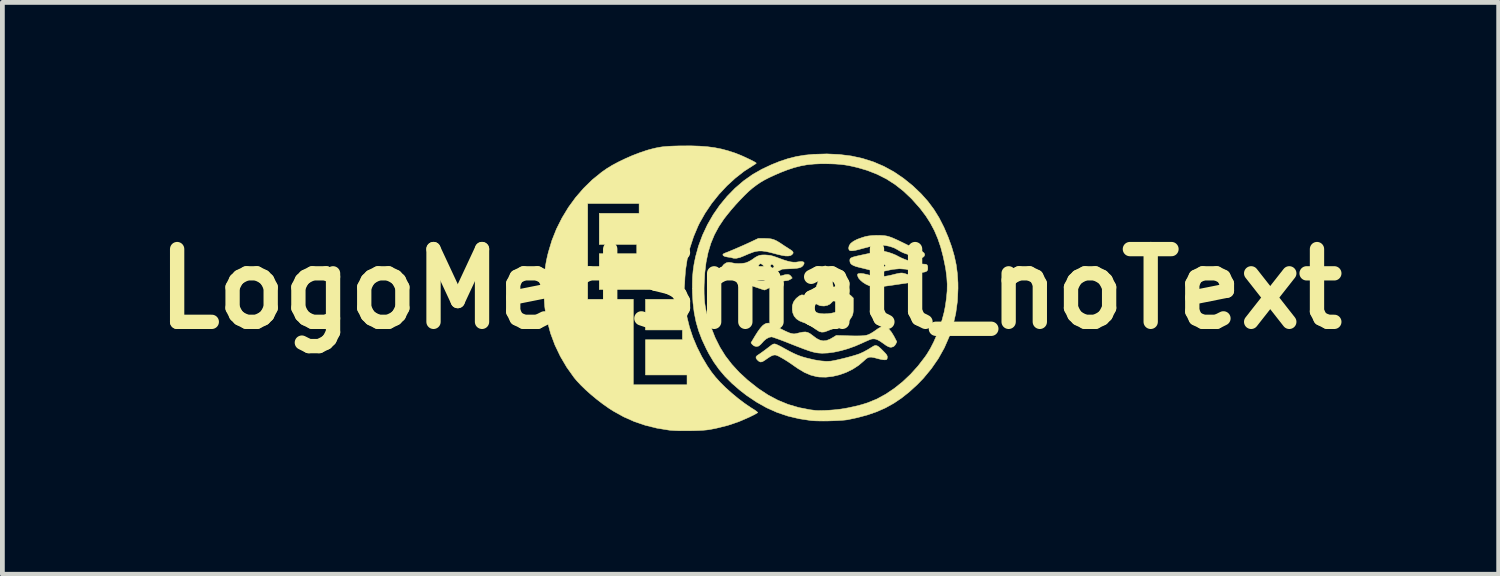
<source format=kicad_pcb>
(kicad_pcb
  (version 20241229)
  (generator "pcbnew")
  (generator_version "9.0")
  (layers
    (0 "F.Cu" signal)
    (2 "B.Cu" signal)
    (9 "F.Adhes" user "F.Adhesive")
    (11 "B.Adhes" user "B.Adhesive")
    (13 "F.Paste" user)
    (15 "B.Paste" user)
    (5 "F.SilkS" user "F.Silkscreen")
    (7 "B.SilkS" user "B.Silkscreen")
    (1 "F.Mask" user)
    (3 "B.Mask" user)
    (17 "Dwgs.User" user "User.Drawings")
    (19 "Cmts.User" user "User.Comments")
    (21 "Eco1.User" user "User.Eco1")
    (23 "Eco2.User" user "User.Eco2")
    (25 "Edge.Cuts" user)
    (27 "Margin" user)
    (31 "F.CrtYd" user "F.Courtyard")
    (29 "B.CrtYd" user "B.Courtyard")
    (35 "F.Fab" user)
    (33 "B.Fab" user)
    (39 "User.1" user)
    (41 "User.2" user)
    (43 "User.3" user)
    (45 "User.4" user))
  (footprint "LogoMedSmall_noText"
    (layer "F.Cu")
    (at 12.671 3.002)
    (property "Reference" "LogoMedSmall_noText" (at 0 0 0) (layer "F.SilkS") (effects (font (size 1.524 1.524) (thickness 0.3))))
    (attr through_hole)
    (fp_poly (pts (xy 1.608 -0.462) (xy 1.621 -0.449) (xy 1.639 -0.428) (xy 1.655 -0.399) (xy 1.669 -0.361) (xy 1.683 -0.31) (xy 1.698 -0.244) (xy 1.713 -0.158) (xy 1.724 -0.093) (xy 1.739 0.006) (xy 1.748 0.085) (xy 1.749 0.147) (xy 1.743 0.197) (xy 1.73 0.238) (xy 1.714 0.268) (xy 1.669 0.314) (xy 1.61 0.344) (xy 1.541 0.358) (xy 1.47 0.353) (xy 1.441 0.345) (xy 1.378 0.315) (xy 1.334 0.271) (xy 1.311 0.216) (xy 1.308 0.149) (xy 1.327 0.071) (xy 1.344 0.028) (xy 1.381 -0.059) (xy 1.408 -0.134) (xy 1.427 -0.205) (xy 1.44 -0.274) (xy 1.45 -0.333) (xy 1.46 -0.375) (xy 1.475 -0.406) (xy 1.495 -0.434) (xy 1.51 -0.451) (xy 1.543 -0.477) (xy 1.574 -0.481) (xy 1.608 -0.462)) (stroke (width 0.01) (type solid)) (fill yes) (layer "F.SilkS"))
    (fp_poly (pts (xy 0.807 -0.298) (xy 0.834 -0.28) (xy 0.847 -0.265) (xy 0.874 -0.228) (xy 0.845 -0.208) (xy 0.802 -0.184) (xy 0.754 -0.173) (xy 0.723 -0.171) (xy 0.692 -0.164) (xy 0.643 -0.146) (xy 0.576 -0.115) (xy 0.49 -0.073) (xy 0.428 -0.041) (xy 0.374 -0.014) (xy 0.331 0.007) (xy 0.302 0.02) (xy 0.293 0.023) (xy 0.279 0.019) (xy 0.246 0.009) (xy 0.199 -0.007) (xy 0.14 -0.027) (xy 0.092 -0.043) (xy -0.004 -0.078) (xy -0.077 -0.109) (xy -0.129 -0.137) (xy -0.159 -0.164) (xy -0.17 -0.19) (xy -0.163 -0.215) (xy -0.144 -0.237) (xy -0.128 -0.25) (xy -0.113 -0.253) (xy -0.09 -0.248) (xy -0.063 -0.238) (xy 0.015 -0.209) (xy 0.077 -0.189) (xy 0.128 -0.176) (xy 0.176 -0.169) (xy 0.226 -0.166) (xy 0.236 -0.166) (xy 0.288 -0.167) (xy 0.334 -0.171) (xy 0.381 -0.18) (xy 0.432 -0.195) (xy 0.495 -0.217) (xy 0.573 -0.247) (xy 0.576 -0.249) (xy 0.658 -0.279) (xy 0.721 -0.297) (xy 0.77 -0.303) (xy 0.807 -0.298)) (stroke (width 0.01) (type solid)) (fill yes) (layer "F.SilkS"))
    (fp_poly (pts (xy 3.197 -0.33) (xy 3.223 -0.323) (xy 3.229 -0.322) (xy 3.291 -0.302) (xy 3.353 -0.278) (xy 3.411 -0.251) (xy 3.461 -0.224) (xy 3.498 -0.198) (xy 3.517 -0.176) (xy 3.52 -0.168) (xy 3.511 -0.154) (xy 3.489 -0.142) (xy 3.465 -0.133) (xy 3.448 -0.132) (xy 3.444 -0.135) (xy 3.434 -0.138) (xy 3.405 -0.138) (xy 3.358 -0.133) (xy 3.289 -0.125) (xy 3.199 -0.112) (xy 3.108 -0.099) (xy 2.987 -0.081) (xy 2.888 -0.067) (xy 2.807 -0.056) (xy 2.741 -0.048) (xy 2.688 -0.044) (xy 2.645 -0.042) (xy 2.608 -0.043) (xy 2.577 -0.046) (xy 2.554 -0.049) (xy 2.485 -0.068) (xy 2.417 -0.099) (xy 2.354 -0.139) (xy 2.301 -0.184) (xy 2.262 -0.23) (xy 2.243 -0.275) (xy 2.24 -0.302) (xy 2.249 -0.315) (xy 2.267 -0.321) (xy 2.309 -0.325) (xy 2.369 -0.318) (xy 2.448 -0.3) (xy 2.507 -0.284) (xy 2.599 -0.263) (xy 2.689 -0.254) (xy 2.785 -0.259) (xy 2.892 -0.277) (xy 2.947 -0.289) (xy 3.022 -0.308) (xy 3.078 -0.321) (xy 3.119 -0.329) (xy 3.149 -0.333) (xy 3.174 -0.333) (xy 3.197 -0.33)) (stroke (width 0.01) (type solid)) (fill yes) (layer "F.SilkS"))
    (fp_poly (pts (xy 0.296 -1.058) (xy 0.37 -1.055) (xy 0.432 -1.048) (xy 0.487 -1.033) (xy 0.543 -1.008) (xy 0.606 -0.971) (xy 0.663 -0.933) (xy 0.715 -0.898) (xy 0.769 -0.864) (xy 0.815 -0.834) (xy 0.83 -0.825) (xy 0.872 -0.795) (xy 0.892 -0.769) (xy 0.89 -0.744) (xy 0.867 -0.718) (xy 0.863 -0.714) (xy 0.831 -0.697) (xy 0.788 -0.69) (xy 0.731 -0.691) (xy 0.658 -0.703) (xy 0.567 -0.724) (xy 0.51 -0.739) (xy 0.403 -0.767) (xy 0.314 -0.786) (xy 0.239 -0.795) (xy 0.174 -0.795) (xy 0.114 -0.787) (xy 0.065 -0.774) (xy 0.016 -0.756) (xy -0.044 -0.733) (xy -0.107 -0.706) (xy -0.134 -0.694) (xy -0.222 -0.659) (xy -0.295 -0.642) (xy -0.356 -0.643) (xy -0.393 -0.653) (xy -0.424 -0.661) (xy -0.452 -0.664) (xy -0.487 -0.669) (xy -0.528 -0.678) (xy -0.534 -0.679) (xy -0.569 -0.696) (xy -0.581 -0.715) (xy -0.569 -0.734) (xy -0.535 -0.751) (xy -0.5 -0.764) (xy -0.447 -0.785) (xy -0.381 -0.813) (xy -0.305 -0.845) (xy -0.225 -0.88) (xy -0.143 -0.916) (xy -0.065 -0.951) (xy 0.006 -0.984) (xy 0.012 -0.987) (xy 0.163 -1.058) (xy 0.296 -1.058)) (stroke (width 0.01) (type solid)) (fill yes) (layer "F.SilkS"))
    (fp_poly (pts (xy 2.724 -1.121) (xy 2.803 -1.116) (xy 2.853 -1.108) (xy 2.885 -1.1) (xy 2.922 -1.088) (xy 2.966 -1.072) (xy 3.019 -1.049) (xy 3.083 -1.02) (xy 3.162 -0.982) (xy 3.256 -0.936) (xy 3.369 -0.88) (xy 3.405 -0.862) (xy 3.456 -0.839) (xy 3.511 -0.816) (xy 3.544 -0.805) (xy 3.599 -0.781) (xy 3.634 -0.753) (xy 3.648 -0.723) (xy 3.641 -0.691) (xy 3.619 -0.668) (xy 3.602 -0.659) (xy 3.58 -0.655) (xy 3.549 -0.657) (xy 3.505 -0.666) (xy 3.444 -0.681) (xy 3.393 -0.695) (xy 3.312 -0.718) (xy 3.25 -0.738) (xy 3.2 -0.757) (xy 3.157 -0.777) (xy 3.115 -0.8) (xy 3.078 -0.823) (xy 3.007 -0.861) (xy 2.921 -0.89) (xy 2.897 -0.896) (xy 2.823 -0.91) (xy 2.751 -0.917) (xy 2.676 -0.916) (xy 2.594 -0.906) (xy 2.5 -0.887) (xy 2.389 -0.858) (xy 2.371 -0.854) (xy 2.277 -0.828) (xy 2.203 -0.81) (xy 2.147 -0.801) (xy 2.107 -0.799) (xy 2.08 -0.804) (xy 2.065 -0.818) (xy 2.057 -0.84) (xy 2.056 -0.86) (xy 2.067 -0.909) (xy 2.1 -0.955) (xy 2.156 -0.998) (xy 2.235 -1.039) (xy 2.338 -1.076) (xy 2.403 -1.096) (xy 2.468 -1.109) (xy 2.548 -1.118) (xy 2.636 -1.122) (xy 2.724 -1.121)) (stroke (width 0.01) (type solid)) (fill yes) (layer "F.SilkS"))
    (fp_poly (pts (xy 2.086 0.128) (xy 2.112 0.15) (xy 2.153 0.191) (xy 2.153 0.353) (xy 2.152 0.421) (xy 2.151 0.47) (xy 2.147 0.506) (xy 2.14 0.535) (xy 2.13 0.562) (xy 2.124 0.575) (xy 2.079 0.645) (xy 2.012 0.707) (xy 1.925 0.761) (xy 1.819 0.805) (xy 1.785 0.816) (xy 1.728 0.835) (xy 1.67 0.855) (xy 1.622 0.873) (xy 1.611 0.878) (xy 1.547 0.901) (xy 1.493 0.905) (xy 1.445 0.893) (xy 1.431 0.886) (xy 1.404 0.869) (xy 1.364 0.843) (xy 1.319 0.811) (xy 1.305 0.801) (xy 1.223 0.749) (xy 1.136 0.712) (xy 1.115 0.705) (xy 1.027 0.67) (xy 0.961 0.626) (xy 0.914 0.57) (xy 0.885 0.501) (xy 0.874 0.435) (xy 0.876 0.351) (xy 0.899 0.277) (xy 0.945 0.212) (xy 0.968 0.189) (xy 1.023 0.146) (xy 1.069 0.125) (xy 1.107 0.127) (xy 1.14 0.152) (xy 1.169 0.2) (xy 1.188 0.247) (xy 1.223 0.334) (xy 1.263 0.401) (xy 1.311 0.451) (xy 1.369 0.488) (xy 1.407 0.504) (xy 1.465 0.517) (xy 1.538 0.522) (xy 1.616 0.519) (xy 1.694 0.509) (xy 1.765 0.493) (xy 1.82 0.47) (xy 1.83 0.464) (xy 1.871 0.425) (xy 1.907 0.369) (xy 1.932 0.302) (xy 1.942 0.254) (xy 1.957 0.186) (xy 1.98 0.138) (xy 2.01 0.112) (xy 2.046 0.109) (xy 2.086 0.128)) (stroke (width 0.01) (type solid)) (fill yes) (layer "F.SilkS"))
    (fp_poly (pts (xy 2.794 -0.788) (xy 2.814 -0.785) (xy 2.89 -0.766) (xy 2.972 -0.738) (xy 3.049 -0.706) (xy 3.093 -0.682) (xy 3.159 -0.649) (xy 3.238 -0.616) (xy 3.326 -0.585) (xy 3.415 -0.558) (xy 3.5 -0.537) (xy 3.575 -0.524) (xy 3.623 -0.52) (xy 3.67 -0.517) (xy 3.697 -0.504) (xy 3.71 -0.477) (xy 3.713 -0.439) (xy 3.71 -0.402) (xy 3.698 -0.38) (xy 3.683 -0.368) (xy 3.654 -0.356) (xy 3.609 -0.348) (xy 3.559 -0.343) (xy 3.514 -0.343) (xy 3.489 -0.347) (xy 3.467 -0.354) (xy 3.429 -0.366) (xy 3.383 -0.381) (xy 3.375 -0.384) (xy 3.251 -0.414) (xy 3.119 -0.423) (xy 2.984 -0.411) (xy 2.906 -0.395) (xy 2.802 -0.373) (xy 2.71 -0.365) (xy 2.619 -0.37) (xy 2.522 -0.39) (xy 2.51 -0.394) (xy 2.444 -0.411) (xy 2.369 -0.43) (xy 2.301 -0.446) (xy 2.293 -0.448) (xy 2.212 -0.469) (xy 2.152 -0.492) (xy 2.13 -0.506) (xy 2.687 -0.506) (xy 2.691 -0.473) (xy 2.704 -0.454) (xy 2.735 -0.437) (xy 2.77 -0.443) (xy 2.8 -0.462) (xy 2.833 -0.488) (xy 2.793 -0.522) (xy 2.761 -0.546) (xy 2.74 -0.554) (xy 2.722 -0.548) (xy 2.707 -0.536) (xy 2.687 -0.506) (xy 2.13 -0.506) (xy 2.112 -0.517) (xy 2.089 -0.546) (xy 2.081 -0.581) (xy 2.08 -0.588) (xy 2.081 -0.606) (xy 2.083 -0.622) (xy 2.089 -0.635) (xy 2.101 -0.646) (xy 2.122 -0.657) (xy 2.154 -0.669) (xy 2.199 -0.681) (xy 2.259 -0.695) (xy 2.337 -0.712) (xy 2.434 -0.733) (xy 2.515 -0.75) (xy 2.596 -0.767) (xy 2.658 -0.778) (xy 2.704 -0.786) (xy 2.74 -0.79) (xy 2.768 -0.79) (xy 2.794 -0.788)) (stroke (width 0.01) (type solid)) (fill yes) (layer "F.SilkS"))
    (fp_poly (pts (xy 0.514 1.153) (xy 0.538 1.161) (xy 0.578 1.179) (xy 0.629 1.204) (xy 0.686 1.235) (xy 0.714 1.251) (xy 0.817 1.307) (xy 0.907 1.352) (xy 0.989 1.388) (xy 1.071 1.418) (xy 1.158 1.443) (xy 1.193 1.452) (xy 1.343 1.487) (xy 1.474 1.508) (xy 1.586 1.517) (xy 1.678 1.513) (xy 1.68 1.513) (xy 1.732 1.504) (xy 1.801 1.49) (xy 1.883 1.471) (xy 1.97 1.45) (xy 2.058 1.427) (xy 2.141 1.404) (xy 2.214 1.382) (xy 2.27 1.363) (xy 2.285 1.358) (xy 2.366 1.321) (xy 2.454 1.273) (xy 2.541 1.22) (xy 2.55 1.214) (xy 2.586 1.193) (xy 2.617 1.184) (xy 2.648 1.19) (xy 2.683 1.21) (xy 2.725 1.247) (xy 2.767 1.289) (xy 2.81 1.333) (xy 2.839 1.365) (xy 2.855 1.389) (xy 2.863 1.408) (xy 2.865 1.427) (xy 2.864 1.437) (xy 2.86 1.466) (xy 2.848 1.48) (xy 2.821 1.485) (xy 2.815 1.485) (xy 2.782 1.484) (xy 2.735 1.476) (xy 2.682 1.464) (xy 2.661 1.458) (xy 2.589 1.439) (xy 2.534 1.429) (xy 2.491 1.43) (xy 2.454 1.442) (xy 2.418 1.466) (xy 2.376 1.504) (xy 2.371 1.509) (xy 2.263 1.601) (xy 2.14 1.681) (xy 2.006 1.747) (xy 1.865 1.798) (xy 1.721 1.832) (xy 1.578 1.848) (xy 1.441 1.845) (xy 1.388 1.838) (xy 1.261 1.805) (xy 1.131 1.75) (xy 0.997 1.67) (xy 0.943 1.633) (xy 0.862 1.576) (xy 0.782 1.522) (xy 0.707 1.475) (xy 0.639 1.436) (xy 0.583 1.406) (xy 0.541 1.389) (xy 0.526 1.385) (xy 0.498 1.384) (xy 0.468 1.39) (xy 0.432 1.406) (xy 0.386 1.433) (xy 0.328 1.473) (xy 0.297 1.495) (xy 0.25 1.523) (xy 0.212 1.531) (xy 0.178 1.518) (xy 0.141 1.486) (xy 0.117 1.452) (xy 0.115 1.424) (xy 0.136 1.398) (xy 0.155 1.385) (xy 0.196 1.358) (xy 0.252 1.318) (xy 0.319 1.269) (xy 0.392 1.213) (xy 0.405 1.203) (xy 0.445 1.173) (xy 0.474 1.157) (xy 0.497 1.152) (xy 0.514 1.153)) (stroke (width 0.01) (type solid)) (fill yes) (layer "F.SilkS"))
    (fp_poly (pts (xy 0.319 -0.711) (xy 0.368 -0.707) (xy 0.411 -0.702) (xy 0.454 -0.692) (xy 0.505 -0.676) (xy 0.569 -0.653) (xy 0.594 -0.644) (xy 0.692 -0.608) (xy 0.772 -0.583) (xy 0.839 -0.567) (xy 0.897 -0.56) (xy 0.95 -0.56) (xy 0.998 -0.567) (xy 1.059 -0.574) (xy 1.1 -0.569) (xy 1.121 -0.554) (xy 1.121 -0.527) (xy 1.106 -0.499) (xy 1.085 -0.474) (xy 1.058 -0.455) (xy 1.022 -0.442) (xy 0.972 -0.433) (xy 0.905 -0.427) (xy 0.838 -0.423) (xy 0.666 -0.415) (xy 0.554 -0.36) (xy 0.501 -0.334) (xy 0.45 -0.312) (xy 0.409 -0.296) (xy 0.393 -0.291) (xy 0.339 -0.282) (xy 0.272 -0.28) (xy 0.204 -0.283) (xy 0.151 -0.292) (xy 0.115 -0.302) (xy 0.066 -0.316) (xy 0.016 -0.333) (xy 0.016 -0.333) (xy -0.074 -0.355) (xy -0.171 -0.363) (xy -0.265 -0.357) (xy -0.324 -0.344) (xy -0.372 -0.334) (xy -0.429 -0.327) (xy -0.461 -0.325) (xy -0.505 -0.326) (xy -0.532 -0.33) (xy -0.551 -0.342) (xy -0.565 -0.356) (xy -0.589 -0.402) (xy -0.593 -0.435) (xy -0.589 -0.469) (xy -0.582 -0.481) (xy 0.162 -0.481) (xy 0.163 -0.465) (xy 0.178 -0.445) (xy 0.188 -0.435) (xy 0.211 -0.413) (xy 0.227 -0.4) (xy 0.229 -0.399) (xy 0.242 -0.406) (xy 0.266 -0.423) (xy 0.271 -0.428) (xy 0.307 -0.456) (xy 0.271 -0.488) (xy 0.414 -0.488) (xy 0.417 -0.474) (xy 0.429 -0.46) (xy 0.451 -0.44) (xy 0.468 -0.439) (xy 0.484 -0.454) (xy 0.493 -0.471) (xy 0.484 -0.488) (xy 0.474 -0.499) (xy 0.454 -0.516) (xy 0.441 -0.517) (xy 0.427 -0.505) (xy 0.414 -0.488) (xy 0.271 -0.488) (xy 0.265 -0.494) (xy 0.232 -0.521) (xy 0.208 -0.53) (xy 0.189 -0.521) (xy 0.174 -0.501) (xy 0.162 -0.481) (xy -0.582 -0.481) (xy -0.574 -0.496) (xy -0.55 -0.519) (xy -0.504 -0.548) (xy -0.452 -0.557) (xy -0.388 -0.547) (xy -0.375 -0.544) (xy -0.32 -0.534) (xy -0.252 -0.531) (xy -0.181 -0.534) (xy -0.117 -0.543) (xy -0.096 -0.548) (xy -0.049 -0.567) (xy 0.002 -0.594) (xy 0.037 -0.616) (xy 0.097 -0.659) (xy 0.147 -0.687) (xy 0.194 -0.704) (xy 0.243 -0.711) (xy 0.303 -0.712) (xy 0.319 -0.711)) (stroke (width 0.01) (type solid)) (fill yes) (layer "F.SilkS"))
    (fp_poly (pts (xy 0.388 0.717) (xy 0.415 0.725) (xy 0.458 0.744) (xy 0.512 0.77) (xy 0.572 0.802) (xy 0.595 0.815) (xy 0.658 0.849) (xy 0.721 0.88) (xy 0.778 0.906) (xy 0.822 0.924) (xy 0.833 0.927) (xy 0.869 0.936) (xy 0.897 0.941) (xy 0.925 0.941) (xy 0.959 0.935) (xy 1.008 0.923) (xy 1.02 0.92) (xy 1.092 0.905) (xy 1.148 0.901) (xy 1.197 0.911) (xy 1.245 0.935) (xy 1.299 0.975) (xy 1.307 0.981) (xy 1.383 1.038) (xy 1.453 1.073) (xy 1.52 1.088) (xy 1.587 1.082) (xy 1.66 1.055) (xy 1.735 1.012) (xy 1.796 0.974) (xy 1.947 0.978) (xy 2.067 0.982) (xy 2.166 0.984) (xy 2.246 0.984) (xy 2.311 0.983) (xy 2.362 0.98) (xy 2.403 0.975) (xy 2.436 0.968) (xy 2.464 0.959) (xy 2.469 0.958) (xy 2.511 0.937) (xy 2.562 0.907) (xy 2.612 0.873) (xy 2.623 0.865) (xy 2.667 0.834) (xy 2.71 0.809) (xy 2.743 0.794) (xy 2.751 0.792) (xy 2.804 0.79) (xy 2.854 0.808) (xy 2.902 0.845) (xy 2.95 0.903) (xy 3 0.984) (xy 3.018 1.018) (xy 3.064 1.107) (xy 3.043 1.151) (xy 3.022 1.183) (xy 2.997 1.206) (xy 2.992 1.208) (xy 2.957 1.22) (xy 2.923 1.221) (xy 2.886 1.209) (xy 2.841 1.184) (xy 2.785 1.144) (xy 2.716 1.096) (xy 2.658 1.064) (xy 2.609 1.048) (xy 2.563 1.046) (xy 2.532 1.051) (xy 2.502 1.061) (xy 2.457 1.08) (xy 2.402 1.104) (xy 2.343 1.131) (xy 2.333 1.136) (xy 2.189 1.198) (xy 2.041 1.251) (xy 1.895 1.293) (xy 1.752 1.324) (xy 1.619 1.342) (xy 1.498 1.347) (xy 1.423 1.342) (xy 1.383 1.337) (xy 1.343 1.329) (xy 1.298 1.318) (xy 1.247 1.303) (xy 1.188 1.283) (xy 1.116 1.257) (xy 1.03 1.224) (xy 0.926 1.184) (xy 0.82 1.142) (xy 0.732 1.107) (xy 0.651 1.076) (xy 0.578 1.049) (xy 0.518 1.028) (xy 0.472 1.012) (xy 0.445 1.005) (xy 0.44 1.004) (xy 0.388 1.014) (xy 0.332 1.044) (xy 0.278 1.089) (xy 0.252 1.119) (xy 0.22 1.154) (xy 0.188 1.183) (xy 0.166 1.198) (xy 0.12 1.206) (xy 0.074 1.193) (xy 0.036 1.163) (xy 0.033 1.159) (xy 0.01 1.128) (xy 0.096 0.984) (xy 0.154 0.893) (xy 0.205 0.823) (xy 0.251 0.771) (xy 0.294 0.738) (xy 0.335 0.72) (xy 0.377 0.716) (xy 0.388 0.717)) (stroke (width 0.01) (type solid)) (fill yes) (layer "F.SilkS"))
    (fp_poly (pts (xy -1.068 -2.991) (xy -0.905 -2.979) (xy -0.754 -2.959) (xy -0.611 -2.931) (xy -0.472 -2.894) (xy -0.333 -2.849) (xy -0.253 -2.818) (xy -0.198 -2.796) (xy -0.138 -2.769) (xy -0.076 -2.74) (xy -0.016 -2.712) (xy 0.038 -2.685) (xy 0.081 -2.662) (xy 0.11 -2.644) (xy 0.121 -2.635) (xy 0.121 -2.635) (xy 0.111 -2.624) (xy 0.087 -2.607) (xy 0.064 -2.593) (xy -0.13 -2.469) (xy -0.317 -2.323) (xy -0.495 -2.16) (xy -0.662 -1.981) (xy -0.815 -1.79) (xy -0.951 -1.588) (xy -1.069 -1.38) (xy -1.1 -1.316) (xy -1.193 -1.095) (xy -1.268 -0.865) (xy -1.325 -0.631) (xy -1.361 -0.398) (xy -1.374 -0.236) (xy -1.377 -0.173) (xy -1.38 -0.115) (xy -1.384 -0.067) (xy -1.386 -0.039) (xy -1.392 0.012) (xy -3.169 0.012) (xy -3.169 -0.738) (xy -2.383 -0.738) (xy -2.383 -0.931) (xy -3.169 -0.931) (xy -3.169 -1.584) (xy -2.334 -1.584) (xy -2.334 -1.79) (xy -3.411 -1.79) (xy -3.411 0.218) (xy -2.455 0.218) (xy -2.455 2.008) (xy -1.33 2.008) (xy -1.33 1.802) (xy -2.201 1.802) (xy -2.201 1.064) (xy -1.427 1.064) (xy -1.427 0.859) (xy -2.201 0.859) (xy -2.201 0.218) (xy -1.38 0.218) (xy -1.374 0.269) (xy -1.369 0.311) (xy -1.363 0.363) (xy -1.36 0.393) (xy -1.33 0.593) (xy -1.279 0.799) (xy -1.21 1.009) (xy -1.122 1.218) (xy -1.019 1.423) (xy -0.901 1.62) (xy -0.818 1.741) (xy -0.736 1.845) (xy -0.636 1.956) (xy -0.522 2.069) (xy -0.397 2.181) (xy -0.266 2.29) (xy -0.133 2.391) (xy -0.002 2.481) (xy 0.054 2.516) (xy 0.098 2.544) (xy 0.13 2.568) (xy 0.148 2.585) (xy 0.15 2.591) (xy 0.137 2.6) (xy 0.106 2.618) (xy 0.061 2.642) (xy 0.006 2.669) (xy -0.026 2.685) (xy -0.245 2.78) (xy -0.479 2.859) (xy -0.729 2.921) (xy -0.861 2.946) (xy -0.921 2.954) (xy -1 2.961) (xy -1.094 2.966) (xy -1.197 2.969) (xy -1.304 2.971) (xy -1.41 2.971) (xy -1.511 2.97) (xy -1.602 2.966) (xy -1.677 2.961) (xy -1.705 2.958) (xy -1.963 2.916) (xy -2.205 2.856) (xy -2.435 2.778) (xy -2.655 2.68) (xy -2.868 2.562) (xy -2.969 2.498) (xy -3.091 2.412) (xy -3.214 2.318) (xy -3.335 2.218) (xy -3.449 2.117) (xy -3.552 2.017) (xy -3.641 1.922) (xy -3.695 1.857) (xy -3.85 1.64) (xy -3.984 1.412) (xy -4.097 1.176) (xy -4.188 0.932) (xy -4.255 0.683) (xy -4.268 0.623) (xy -4.286 0.531) (xy -4.3 0.45) (xy -4.31 0.374) (xy -4.316 0.297) (xy -4.321 0.213) (xy -4.323 0.118) (xy -4.323 0.005) (xy -4.323 -0.012) (xy -4.321 -0.151) (xy -4.316 -0.272) (xy -4.308 -0.382) (xy -4.294 -0.486) (xy -4.276 -0.591) (xy -4.251 -0.704) (xy -4.234 -0.771) (xy -4.16 -1.017) (xy -4.065 -1.256) (xy -3.949 -1.487) (xy -3.815 -1.708) (xy -3.664 -1.915) (xy -3.496 -2.109) (xy -3.315 -2.286) (xy -3.12 -2.444) (xy -3.012 -2.52) (xy -2.899 -2.589) (xy -2.768 -2.659) (xy -2.625 -2.728) (xy -2.477 -2.793) (xy -2.329 -2.85) (xy -2.188 -2.898) (xy -2.135 -2.914) (xy -2.056 -2.935) (xy -1.985 -2.952) (xy -1.918 -2.965) (xy -1.851 -2.976) (xy -1.778 -2.983) (xy -1.696 -2.989) (xy -1.599 -2.993) (xy -1.484 -2.996) (xy -1.445 -2.996) (xy -1.247 -2.997) (xy -1.068 -2.991)) (stroke (width 0.01) (type solid)) (fill yes) (layer "F.SilkS"))
    (fp_poly (pts (xy 1.861 -2.816) (xy 2.11 -2.785) (xy 2.347 -2.733) (xy 2.574 -2.661) (xy 2.792 -2.568) (xy 3.001 -2.454) (xy 3.202 -2.318) (xy 3.397 -2.161) (xy 3.416 -2.143) (xy 3.574 -1.992) (xy 3.714 -1.835) (xy 3.839 -1.668) (xy 3.95 -1.489) (xy 4.05 -1.293) (xy 4.14 -1.083) (xy 4.212 -0.884) (xy 4.267 -0.695) (xy 4.307 -0.51) (xy 4.332 -0.323) (xy 4.345 -0.127) (xy 4.346 -0.012) (xy 4.334 0.253) (xy 4.299 0.51) (xy 4.242 0.76) (xy 4.161 1.001) (xy 4.059 1.234) (xy 3.935 1.456) (xy 3.788 1.669) (xy 3.621 1.871) (xy 3.492 2.004) (xy 3.329 2.153) (xy 3.166 2.283) (xy 3 2.395) (xy 2.827 2.491) (xy 2.644 2.572) (xy 2.447 2.64) (xy 2.234 2.697) (xy 2.026 2.741) (xy 1.974 2.747) (xy 1.903 2.753) (xy 1.818 2.758) (xy 1.724 2.762) (xy 1.625 2.765) (xy 1.527 2.766) (xy 1.435 2.765) (xy 1.354 2.763) (xy 1.288 2.759) (xy 1.267 2.757) (xy 1.019 2.719) (xy 0.782 2.663) (xy 0.557 2.587) (xy 0.339 2.49) (xy 0.127 2.371) (xy -0.082 2.231) (xy -0.23 2.116) (xy -0.392 1.975) (xy -0.533 1.834) (xy -0.658 1.686) (xy -0.771 1.528) (xy -0.874 1.355) (xy -0.927 1.253) (xy -1.016 1.063) (xy -1.087 0.877) (xy -1.141 0.69) (xy -1.18 0.497) (xy -1.205 0.294) (xy -1.218 0.074) (xy -1.218 0.06) (xy -1.219 -0.012) (xy -0.973 -0.012) (xy -0.972 0.1) (xy -0.968 0.2) (xy -0.96 0.291) (xy -0.947 0.378) (xy -0.929 0.468) (xy -0.904 0.563) (xy -0.871 0.671) (xy -0.829 0.795) (xy -0.822 0.816) (xy -0.74 1.024) (xy -0.642 1.219) (xy -0.527 1.404) (xy -0.392 1.579) (xy -0.238 1.747) (xy -0.062 1.909) (xy 0.137 2.067) (xy 0.166 2.089) (xy 0.366 2.221) (xy 0.573 2.331) (xy 0.787 2.419) (xy 1.012 2.485) (xy 1.247 2.531) (xy 1.361 2.545) (xy 1.414 2.548) (xy 1.485 2.547) (xy 1.568 2.545) (xy 1.658 2.54) (xy 1.749 2.533) (xy 1.835 2.524) (xy 1.898 2.516) (xy 2.044 2.491) (xy 2.192 2.459) (xy 2.332 2.423) (xy 2.456 2.384) (xy 2.461 2.382) (xy 2.648 2.305) (xy 2.832 2.205) (xy 3.012 2.084) (xy 3.187 1.944) (xy 3.353 1.787) (xy 3.509 1.614) (xy 3.653 1.427) (xy 3.696 1.365) (xy 3.768 1.246) (xy 3.838 1.109) (xy 3.904 0.958) (xy 3.964 0.801) (xy 4.015 0.641) (xy 4.056 0.485) (xy 4.08 0.363) (xy 4.104 0.195) (xy 4.118 0.043) (xy 4.12 -0.102) (xy 4.111 -0.245) (xy 4.092 -0.394) (xy 4.081 -0.46) (xy 4.036 -0.677) (xy 3.984 -0.875) (xy 3.922 -1.056) (xy 3.851 -1.223) (xy 3.767 -1.381) (xy 3.671 -1.531) (xy 3.559 -1.679) (xy 3.537 -1.705) (xy 3.374 -1.888) (xy 3.205 -2.048) (xy 3.03 -2.186) (xy 2.846 -2.304) (xy 2.652 -2.402) (xy 2.445 -2.483) (xy 2.251 -2.54) (xy 2.143 -2.566) (xy 2.048 -2.586) (xy 1.961 -2.6) (xy 1.872 -2.61) (xy 1.775 -2.617) (xy 1.663 -2.621) (xy 1.651 -2.621) (xy 1.483 -2.623) (xy 1.33 -2.616) (xy 1.188 -2.602) (xy 1.052 -2.577) (xy 0.915 -2.542) (xy 0.773 -2.495) (xy 0.621 -2.436) (xy 0.502 -2.384) (xy 0.387 -2.331) (xy 0.29 -2.281) (xy 0.205 -2.231) (xy 0.126 -2.177) (xy 0.047 -2.117) (xy 0.04 -2.112) (xy -0.039 -2.044) (xy -0.127 -1.959) (xy -0.22 -1.863) (xy -0.316 -1.759) (xy -0.409 -1.652) (xy -0.496 -1.545) (xy -0.559 -1.464) (xy -0.666 -1.303) (xy -0.757 -1.134) (xy -0.831 -0.955) (xy -0.889 -0.764) (xy -0.931 -0.559) (xy -0.958 -0.338) (xy -0.971 -0.099) (xy -0.973 -0.012) (xy -1.219 -0.012) (xy -1.219 -0.1) (xy -1.215 -0.245) (xy -1.203 -0.38) (xy -1.184 -0.513) (xy -1.156 -0.652) (xy -1.154 -0.665) (xy -1.09 -0.898) (xy -1.006 -1.125) (xy -0.903 -1.345) (xy -0.782 -1.555) (xy -0.644 -1.754) (xy -0.491 -1.939) (xy -0.325 -2.109) (xy -0.147 -2.262) (xy 0.042 -2.396) (xy 0.24 -2.509) (xy 0.243 -2.51) (xy 0.434 -2.6) (xy 0.614 -2.673) (xy 0.788 -2.73) (xy 0.96 -2.773) (xy 1.135 -2.802) (xy 1.318 -2.82) (xy 1.323 -2.82) (xy 1.599 -2.828) (xy 1.861 -2.816)) (stroke (width 0.01) (type solid)) (fill yes) (layer "F.SilkS")))
  (gr_rect
    (start -3 -3)
    (end 28.342 8.978)
    (stroke (width 0.1) (type default))
    (fill no)
    (layer "Edge.Cuts")))
</source>
